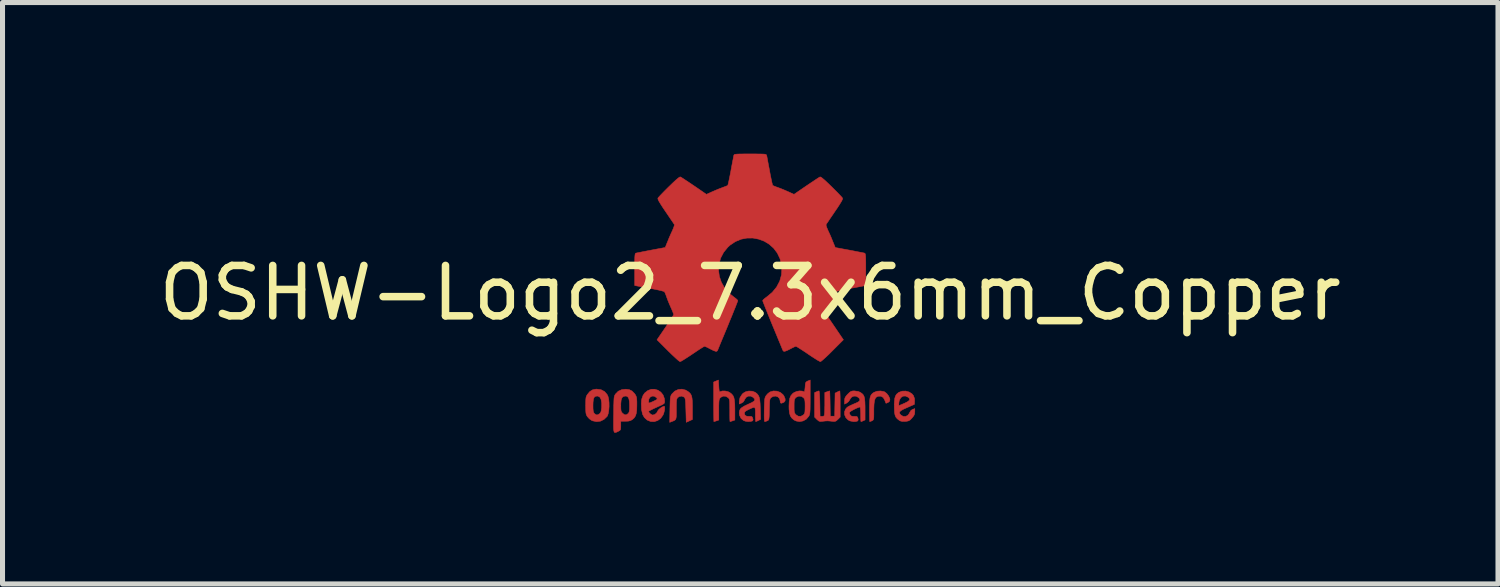
<source format=kicad_pcb>
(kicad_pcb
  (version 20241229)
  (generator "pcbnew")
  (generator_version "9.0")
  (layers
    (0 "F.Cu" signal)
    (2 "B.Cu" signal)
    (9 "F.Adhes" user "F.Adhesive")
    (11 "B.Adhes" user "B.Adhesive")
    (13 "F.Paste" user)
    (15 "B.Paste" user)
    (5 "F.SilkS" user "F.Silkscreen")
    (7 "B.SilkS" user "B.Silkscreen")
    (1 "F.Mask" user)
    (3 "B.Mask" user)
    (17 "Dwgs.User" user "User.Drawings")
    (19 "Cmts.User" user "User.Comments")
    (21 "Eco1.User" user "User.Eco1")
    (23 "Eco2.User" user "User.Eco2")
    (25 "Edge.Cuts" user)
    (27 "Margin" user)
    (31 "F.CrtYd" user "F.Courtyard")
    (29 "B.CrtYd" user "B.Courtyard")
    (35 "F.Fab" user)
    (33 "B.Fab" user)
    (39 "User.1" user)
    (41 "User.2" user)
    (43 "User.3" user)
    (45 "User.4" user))
  (footprint "OSHW-Logo2_7.3x6mm_Copper"
    (layer "F.Cu")
    (at 11.839 2.763)
    (property "Reference" "OSHW-Logo2_7.3x6mm_Copper" (at 0 0 0) (layer "F.SilkS") (effects (font (size 1 1) (thickness 0.15))))
    (attr exclude_from_pos_files exclude_from_bom)
    (fp_poly (pts (xy 2.653 1.959) (xy 2.67 1.966) (xy 2.711 1.999) (xy 2.747 2.047) (xy 2.769 2.097) (xy 2.772 2.122) (xy 2.76 2.157) (xy 2.734 2.175) (xy 2.706 2.187) (xy 2.693 2.189) (xy 2.687 2.174) (xy 2.674 2.141) (xy 2.669 2.127) (xy 2.639 2.076) (xy 2.595 2.05) (xy 2.538 2.051) (xy 2.534 2.052) (xy 2.504 2.067) (xy 2.481 2.094) (xy 2.466 2.139) (xy 2.457 2.205) (xy 2.453 2.294) (xy 2.453 2.341) (xy 2.453 2.416) (xy 2.452 2.467) (xy 2.448 2.499) (xy 2.442 2.518) (xy 2.432 2.529) (xy 2.417 2.537) (xy 2.416 2.538) (xy 2.387 2.55) (xy 2.372 2.555) (xy 2.37 2.541) (xy 2.368 2.503) (xy 2.367 2.446) (xy 2.366 2.374) (xy 2.366 2.322) (xy 2.367 2.22) (xy 2.37 2.143) (xy 2.377 2.086) (xy 2.389 2.045) (xy 2.407 2.014) (xy 2.432 1.99) (xy 2.457 1.973) (xy 2.517 1.951) (xy 2.587 1.946) (xy 2.653 1.959)) (stroke (width 0.01) (type solid)) (fill yes) (layer "F.Cu"))
    (fp_poly (pts (xy -1.284 1.928) (xy -1.237 1.955) (xy -1.205 1.981) (xy -1.181 2.009) (xy -1.165 2.044) (xy -1.155 2.089) (xy -1.149 2.151) (xy -1.147 2.234) (xy -1.147 2.293) (xy -1.147 2.512) (xy -1.208 2.54) (xy -1.27 2.568) (xy -1.277 2.328) (xy -1.28 2.238) (xy -1.283 2.173) (xy -1.287 2.128) (xy -1.293 2.099) (xy -1.3 2.081) (xy -1.31 2.07) (xy -1.313 2.067) (xy -1.36 2.048) (xy -1.408 2.056) (xy -1.437 2.076) (xy -1.449 2.09) (xy -1.457 2.108) (xy -1.462 2.136) (xy -1.465 2.179) (xy -1.466 2.242) (xy -1.466 2.307) (xy -1.466 2.389) (xy -1.467 2.447) (xy -1.472 2.486) (xy -1.482 2.512) (xy -1.499 2.528) (xy -1.525 2.541) (xy -1.56 2.554) (xy -1.598 2.569) (xy -1.594 2.311) (xy -1.592 2.219) (xy -1.59 2.15) (xy -1.587 2.101) (xy -1.582 2.066) (xy -1.575 2.042) (xy -1.566 2.022) (xy -1.554 2.005) (xy -1.499 1.95) (xy -1.431 1.918) (xy -1.357 1.91) (xy -1.284 1.928)) (stroke (width 0.01) (type solid)) (fill yes) (layer "F.Cu"))
    (fp_poly (pts (xy 0.53 1.95) (xy 0.596 1.974) (xy 0.649 2.017) (xy 0.67 2.047) (xy 0.693 2.103) (xy 0.692 2.143) (xy 0.669 2.17) (xy 0.66 2.175) (xy 0.622 2.189) (xy 0.602 2.185) (xy 0.595 2.161) (xy 0.595 2.148) (xy 0.583 2.099) (xy 0.551 2.065) (xy 0.508 2.048) (xy 0.459 2.053) (xy 0.419 2.074) (xy 0.405 2.087) (xy 0.396 2.101) (xy 0.389 2.124) (xy 0.385 2.159) (xy 0.383 2.212) (xy 0.381 2.288) (xy 0.38 2.312) (xy 0.378 2.394) (xy 0.376 2.451) (xy 0.372 2.49) (xy 0.367 2.513) (xy 0.359 2.526) (xy 0.347 2.535) (xy 0.339 2.538) (xy 0.307 2.55) (xy 0.288 2.555) (xy 0.282 2.541) (xy 0.278 2.5) (xy 0.277 2.431) (xy 0.278 2.334) (xy 0.278 2.319) (xy 0.28 2.23) (xy 0.283 2.165) (xy 0.286 2.119) (xy 0.292 2.087) (xy 0.3 2.064) (xy 0.311 2.044) (xy 0.317 2.035) (xy 0.35 1.998) (xy 0.388 1.969) (xy 0.392 1.966) (xy 0.459 1.946) (xy 0.53 1.95)) (stroke (width 0.01) (type solid)) (fill yes) (layer "F.Cu"))
    (fp_poly (pts (xy -0.624 1.851) (xy -0.62 1.911) (xy -0.615 1.946) (xy -0.608 1.961) (xy -0.598 1.961) (xy -0.595 1.959) (xy -0.552 1.946) (xy -0.497 1.947) (xy -0.44 1.96) (xy -0.405 1.978) (xy -0.369 2.006) (xy -0.342 2.038) (xy -0.324 2.078) (xy -0.313 2.132) (xy -0.307 2.204) (xy -0.305 2.299) (xy -0.305 2.317) (xy -0.305 2.523) (xy -0.351 2.539) (xy -0.383 2.549) (xy -0.401 2.554) (xy -0.401 2.555) (xy -0.403 2.541) (xy -0.405 2.503) (xy -0.406 2.446) (xy -0.406 2.375) (xy -0.406 2.332) (xy -0.407 2.247) (xy -0.408 2.186) (xy -0.41 2.144) (xy -0.415 2.117) (xy -0.422 2.098) (xy -0.433 2.085) (xy -0.44 2.078) (xy -0.487 2.051) (xy -0.538 2.049) (xy -0.584 2.072) (xy -0.593 2.08) (xy -0.605 2.095) (xy -0.614 2.114) (xy -0.619 2.14) (xy -0.622 2.18) (xy -0.624 2.238) (xy -0.624 2.318) (xy -0.624 2.523) (xy -0.67 2.539) (xy -0.702 2.549) (xy -0.72 2.554) (xy -0.721 2.555) (xy -0.722 2.541) (xy -0.723 2.501) (xy -0.724 2.441) (xy -0.725 2.362) (xy -0.726 2.269) (xy -0.726 2.167) (xy -0.726 1.769) (xy -0.679 1.749) (xy -0.631 1.73) (xy -0.624 1.851)) (stroke (width 0.01) (type solid)) (fill yes) (layer "F.Cu"))
    (fp_poly (pts (xy 1.78 1.959) (xy 1.782 1.997) (xy 1.784 2.055) (xy 1.785 2.128) (xy 1.785 2.205) (xy 1.785 2.465) (xy 1.739 2.511) (xy 1.708 2.539) (xy 1.68 2.551) (xy 1.642 2.55) (xy 1.627 2.548) (xy 1.58 2.543) (xy 1.541 2.54) (xy 1.531 2.54) (xy 1.499 2.541) (xy 1.453 2.546) (xy 1.436 2.548) (xy 1.392 2.552) (xy 1.363 2.544) (xy 1.334 2.521) (xy 1.323 2.511) (xy 1.277 2.465) (xy 1.277 1.979) (xy 1.314 1.962) (xy 1.346 1.949) (xy 1.365 1.945) (xy 1.369 1.959) (xy 1.374 1.997) (xy 1.378 2.056) (xy 1.381 2.132) (xy 1.382 2.195) (xy 1.386 2.446) (xy 1.421 2.451) (xy 1.452 2.447) (xy 1.468 2.436) (xy 1.472 2.415) (xy 1.476 2.371) (xy 1.478 2.309) (xy 1.48 2.235) (xy 1.48 2.197) (xy 1.48 1.977) (xy 1.526 1.961) (xy 1.559 1.95) (xy 1.576 1.945) (xy 1.577 1.945) (xy 1.578 1.959) (xy 1.58 1.997) (xy 1.582 2.054) (xy 1.584 2.127) (xy 1.585 2.195) (xy 1.589 2.446) (xy 1.676 2.446) (xy 1.68 2.217) (xy 1.684 1.989) (xy 1.727 1.967) (xy 1.758 1.952) (xy 1.777 1.945) (xy 1.777 1.945) (xy 1.78 1.959)) (stroke (width 0.01) (type solid)) (fill yes) (layer "F.Cu"))
    (fp_poly (pts (xy -2.959 1.922) (xy -2.891 1.958) (xy -2.841 2.015) (xy -2.823 2.052) (xy -2.809 2.108) (xy -2.802 2.178) (xy -2.801 2.255) (xy -2.807 2.33) (xy -2.818 2.394) (xy -2.834 2.441) (xy -2.839 2.449) (xy -2.9 2.509) (xy -2.971 2.545) (xy -3.049 2.555) (xy -3.127 2.539) (xy -3.149 2.529) (xy -3.192 2.499) (xy -3.229 2.459) (xy -3.233 2.454) (xy -3.247 2.43) (xy -3.257 2.404) (xy -3.262 2.37) (xy -3.265 2.321) (xy -3.266 2.251) (xy -3.266 2.235) (xy -3.266 2.23) (xy -3.121 2.23) (xy -3.12 2.296) (xy -3.116 2.34) (xy -3.109 2.369) (xy -3.098 2.388) (xy -3.092 2.395) (xy -3.057 2.42) (xy -3.023 2.419) (xy -2.989 2.397) (xy -2.969 2.374) (xy -2.957 2.34) (xy -2.95 2.288) (xy -2.949 2.281) (xy -2.948 2.186) (xy -2.96 2.114) (xy -2.985 2.068) (xy -3.023 2.048) (xy -3.037 2.047) (xy -3.073 2.052) (xy -3.097 2.072) (xy -3.112 2.109) (xy -3.119 2.168) (xy -3.121 2.23) (xy -3.266 2.23) (xy -3.265 2.16) (xy -3.263 2.108) (xy -3.258 2.072) (xy -3.249 2.045) (xy -3.236 2.022) (xy -3.233 2.017) (xy -3.184 1.958) (xy -3.13 1.924) (xy -3.064 1.91) (xy -3.042 1.91) (xy -2.959 1.922)) (stroke (width 0.01) (type solid)) (fill yes) (layer "F.Cu"))
    (fp_poly (pts (xy 3.154 1.967) (xy 3.211 2.004) (xy 3.239 2.038) (xy 3.261 2.099) (xy 3.262 2.147) (xy 3.258 2.212) (xy 3.11 2.277) (xy 3.037 2.31) (xy 2.99 2.337) (xy 2.966 2.36) (xy 2.961 2.383) (xy 2.975 2.407) (xy 2.99 2.424) (xy 3.034 2.45) (xy 3.081 2.452) (xy 3.125 2.432) (xy 3.157 2.391) (xy 3.163 2.376) (xy 3.191 2.331) (xy 3.222 2.312) (xy 3.266 2.296) (xy 3.266 2.358) (xy 3.262 2.4) (xy 3.247 2.436) (xy 3.215 2.477) (xy 3.211 2.482) (xy 3.176 2.519) (xy 3.145 2.538) (xy 3.108 2.547) (xy 3.076 2.55) (xy 3.02 2.551) (xy 2.981 2.542) (xy 2.956 2.528) (xy 2.917 2.497) (xy 2.89 2.465) (xy 2.873 2.423) (xy 2.863 2.368) (xy 2.86 2.291) (xy 2.859 2.253) (xy 2.86 2.206) (xy 2.948 2.206) (xy 2.949 2.231) (xy 2.952 2.235) (xy 2.968 2.23) (xy 3.004 2.215) (xy 3.052 2.194) (xy 3.062 2.19) (xy 3.123 2.159) (xy 3.157 2.132) (xy 3.164 2.106) (xy 3.146 2.08) (xy 3.132 2.069) (xy 3.079 2.046) (xy 3.03 2.05) (xy 2.989 2.078) (xy 2.961 2.127) (xy 2.952 2.166) (xy 2.948 2.206) (xy 2.86 2.206) (xy 2.861 2.162) (xy 2.868 2.095) (xy 2.882 2.047) (xy 2.904 2.011) (xy 2.937 1.983) (xy 2.951 1.973) (xy 3.015 1.95) (xy 3.085 1.948) (xy 3.154 1.967)) (stroke (width 0.01) (type solid)) (fill yes) (layer "F.Cu"))
    (fp_poly (pts (xy 1.19 2.065) (xy 1.19 2.174) (xy 1.189 2.257) (xy 1.188 2.32) (xy 1.185 2.365) (xy 1.181 2.397) (xy 1.175 2.421) (xy 1.167 2.439) (xy 1.161 2.449) (xy 1.112 2.506) (xy 1.049 2.541) (xy 0.98 2.554) (xy 0.911 2.542) (xy 0.869 2.522) (xy 0.826 2.485) (xy 0.796 2.441) (xy 0.779 2.383) (xy 0.77 2.306) (xy 0.769 2.25) (xy 0.769 2.246) (xy 0.871 2.246) (xy 0.871 2.311) (xy 0.874 2.354) (xy 0.881 2.382) (xy 0.893 2.402) (xy 0.906 2.417) (xy 0.953 2.447) (xy 1.004 2.449) (xy 1.051 2.425) (xy 1.055 2.421) (xy 1.071 2.404) (xy 1.081 2.383) (xy 1.086 2.352) (xy 1.088 2.305) (xy 1.089 2.252) (xy 1.088 2.185) (xy 1.085 2.141) (xy 1.078 2.112) (xy 1.066 2.091) (xy 1.057 2.08) (xy 1.013 2.052) (xy 0.962 2.049) (xy 0.914 2.07) (xy 0.904 2.078) (xy 0.889 2.096) (xy 0.879 2.117) (xy 0.873 2.148) (xy 0.871 2.196) (xy 0.871 2.246) (xy 0.769 2.246) (xy 0.773 2.159) (xy 0.785 2.09) (xy 0.807 2.039) (xy 0.842 1.998) (xy 0.869 1.978) (xy 0.919 1.956) (xy 0.976 1.945) (xy 1.03 1.948) (xy 1.06 1.959) (xy 1.071 1.962) (xy 1.079 1.951) (xy 1.084 1.919) (xy 1.089 1.871) (xy 1.093 1.817) (xy 1.099 1.784) (xy 1.111 1.766) (xy 1.131 1.754) (xy 1.143 1.748) (xy 1.19 1.729) (xy 1.19 2.065)) (stroke (width 0.01) (type solid)) (fill yes) (layer "F.Cu"))
    (fp_poly (pts (xy -1.832 1.931) (xy -1.774 1.97) (xy -1.73 2.025) (xy -1.704 2.096) (xy -1.698 2.148) (xy -1.699 2.17) (xy -1.704 2.187) (xy -1.718 2.201) (xy -1.745 2.218) (xy -1.79 2.239) (xy -1.857 2.269) (xy -1.858 2.27) (xy -1.92 2.298) (xy -1.97 2.323) (xy -2.005 2.342) (xy -2.017 2.353) (xy -2.017 2.353) (xy -2.006 2.376) (xy -1.98 2.402) (xy -1.949 2.42) (xy -1.934 2.424) (xy -1.891 2.411) (xy -1.855 2.379) (xy -1.837 2.345) (xy -1.82 2.319) (xy -1.787 2.29) (xy -1.748 2.264) (xy -1.713 2.25) (xy -1.706 2.25) (xy -1.698 2.262) (xy -1.697 2.294) (xy -1.703 2.337) (xy -1.715 2.383) (xy -1.73 2.423) (xy -1.731 2.424) (xy -1.777 2.489) (xy -1.837 2.533) (xy -1.906 2.555) (xy -1.976 2.552) (xy -2.044 2.524) (xy -2.047 2.522) (xy -2.101 2.473) (xy -2.136 2.41) (xy -2.155 2.327) (xy -2.158 2.304) (xy -2.162 2.194) (xy -2.157 2.143) (xy -2.017 2.143) (xy -2.016 2.175) (xy -2.006 2.184) (xy -1.981 2.177) (xy -1.942 2.161) (xy -1.899 2.14) (xy -1.898 2.139) (xy -1.861 2.12) (xy -1.846 2.107) (xy -1.85 2.093) (xy -1.865 2.076) (xy -1.904 2.05) (xy -1.946 2.048) (xy -1.984 2.067) (xy -2.01 2.103) (xy -2.017 2.143) (xy -2.157 2.143) (xy -2.153 2.106) (xy -2.128 2.036) (xy -2.095 1.987) (xy -2.033 1.938) (xy -1.966 1.913) (xy -1.897 1.912) (xy -1.832 1.931)) (stroke (width 0.01) (type solid)) (fill yes) (layer "F.Cu"))
    (fp_poly (pts (xy 0.04 1.951) (xy 0.097 1.972) (xy 0.097 1.972) (xy 0.132 1.998) (xy 0.158 2.029) (xy 0.177 2.068) (xy 0.189 2.121) (xy 0.196 2.194) (xy 0.2 2.289) (xy 0.201 2.303) (xy 0.206 2.509) (xy 0.162 2.532) (xy 0.13 2.547) (xy 0.11 2.554) (xy 0.11 2.555) (xy 0.106 2.541) (xy 0.104 2.505) (xy 0.102 2.451) (xy 0.102 2.408) (xy 0.102 2.339) (xy 0.098 2.295) (xy 0.087 2.274) (xy 0.064 2.273) (xy 0.022 2.289) (xy -0.04 2.318) (xy -0.086 2.342) (xy -0.109 2.363) (xy -0.116 2.386) (xy -0.116 2.387) (xy -0.105 2.426) (xy -0.071 2.447) (xy -0.019 2.451) (xy 0.018 2.45) (xy 0.038 2.461) (xy 0.05 2.487) (xy 0.057 2.519) (xy 0.047 2.538) (xy 0.043 2.541) (xy 0.007 2.551) (xy -0.043 2.553) (xy -0.095 2.546) (xy -0.132 2.533) (xy -0.183 2.49) (xy -0.212 2.429) (xy -0.218 2.382) (xy -0.213 2.34) (xy -0.198 2.305) (xy -0.166 2.275) (xy -0.115 2.244) (xy -0.041 2.209) (xy -0.036 2.207) (xy 0.031 2.176) (xy 0.072 2.151) (xy 0.09 2.128) (xy 0.086 2.105) (xy 0.063 2.078) (xy 0.056 2.072) (xy 0.009 2.048) (xy -0.04 2.049) (xy -0.082 2.072) (xy -0.111 2.116) (xy -0.113 2.124) (xy -0.139 2.165) (xy -0.171 2.185) (xy -0.218 2.205) (xy -0.218 2.154) (xy -0.204 2.08) (xy -0.161 2.012) (xy -0.139 1.99) (xy -0.089 1.961) (xy -0.026 1.947) (xy 0.04 1.951)) (stroke (width 0.01) (type solid)) (fill yes) (layer "F.Cu"))
    (fp_poly (pts (xy -2.4 1.92) (xy -2.345 1.948) (xy -2.296 1.998) (xy -2.282 2.017) (xy -2.268 2.042) (xy -2.258 2.069) (xy -2.253 2.105) (xy -2.25 2.156) (xy -2.25 2.224) (xy -2.252 2.318) (xy -2.261 2.388) (xy -2.277 2.44) (xy -2.303 2.48) (xy -2.34 2.513) (xy -2.342 2.515) (xy -2.379 2.535) (xy -2.422 2.545) (xy -2.478 2.547) (xy -2.569 2.547) (xy -2.569 2.635) (xy -2.57 2.684) (xy -2.575 2.713) (xy -2.588 2.73) (xy -2.614 2.745) (xy -2.62 2.748) (xy -2.649 2.762) (xy -2.672 2.77) (xy -2.688 2.771) (xy -2.7 2.761) (xy -2.707 2.737) (xy -2.712 2.696) (xy -2.713 2.636) (xy -2.713 2.553) (xy -2.712 2.445) (xy -2.711 2.413) (xy -2.71 2.302) (xy -2.709 2.229) (xy -2.569 2.229) (xy -2.568 2.29) (xy -2.565 2.331) (xy -2.557 2.358) (xy -2.543 2.378) (xy -2.533 2.388) (xy -2.495 2.418) (xy -2.46 2.42) (xy -2.425 2.396) (xy -2.424 2.395) (xy -2.409 2.376) (xy -2.401 2.351) (xy -2.396 2.312) (xy -2.395 2.252) (xy -2.395 2.238) (xy -2.398 2.156) (xy -2.409 2.099) (xy -2.429 2.064) (xy -2.458 2.048) (xy -2.476 2.047) (xy -2.516 2.054) (xy -2.544 2.078) (xy -2.561 2.123) (xy -2.568 2.191) (xy -2.569 2.229) (xy -2.709 2.229) (xy -2.708 2.215) (xy -2.706 2.15) (xy -2.704 2.103) (xy -2.7 2.069) (xy -2.694 2.045) (xy -2.687 2.028) (xy -2.677 2.012) (xy -2.673 2.006) (xy -2.619 1.951) (xy -2.55 1.92) (xy -2.47 1.911) (xy -2.4 1.92)) (stroke (width 0.01) (type solid)) (fill yes) (layer "F.Cu"))
    (fp_poly (pts (xy 2.145 1.956) (xy 2.187 1.975) (xy 2.219 1.998) (xy 2.244 2.024) (xy 2.26 2.057) (xy 2.271 2.103) (xy 2.276 2.165) (xy 2.279 2.249) (xy 2.279 2.305) (xy 2.279 2.521) (xy 2.242 2.538) (xy 2.213 2.55) (xy 2.198 2.555) (xy 2.195 2.541) (xy 2.193 2.505) (xy 2.192 2.452) (xy 2.192 2.409) (xy 2.19 2.348) (xy 2.187 2.3) (xy 2.182 2.271) (xy 2.178 2.264) (xy 2.153 2.271) (xy 2.112 2.287) (xy 2.066 2.309) (xy 2.021 2.333) (xy 1.986 2.355) (xy 1.97 2.37) (xy 1.97 2.37) (xy 1.971 2.397) (xy 1.984 2.423) (xy 2.006 2.444) (xy 2.038 2.451) (xy 2.065 2.451) (xy 2.104 2.45) (xy 2.124 2.459) (xy 2.136 2.483) (xy 2.138 2.488) (xy 2.143 2.522) (xy 2.129 2.543) (xy 2.092 2.552) (xy 2.052 2.554) (xy 1.981 2.541) (xy 1.943 2.521) (xy 1.898 2.476) (xy 1.873 2.42) (xy 1.871 2.361) (xy 1.892 2.306) (xy 1.923 2.271) (xy 1.953 2.252) (xy 2.002 2.228) (xy 2.058 2.203) (xy 2.068 2.199) (xy 2.13 2.172) (xy 2.166 2.148) (xy 2.177 2.124) (xy 2.167 2.097) (xy 2.148 2.076) (xy 2.104 2.05) (xy 2.056 2.048) (xy 2.012 2.068) (xy 1.981 2.108) (xy 1.977 2.118) (xy 1.952 2.156) (xy 1.917 2.184) (xy 1.872 2.207) (xy 1.872 2.141) (xy 1.875 2.102) (xy 1.886 2.07) (xy 1.911 2.036) (xy 1.935 2.01) (xy 1.972 1.974) (xy 2.001 1.954) (xy 2.033 1.946) (xy 2.068 1.945) (xy 2.145 1.956)) (stroke (width 0.01) (type solid)) (fill yes) (layer "F.Cu"))
    (fp_poly (pts (xy 0.104 -2.758) (xy 0.182 -2.757) (xy 0.239 -2.756) (xy 0.278 -2.754) (xy 0.303 -2.75) (xy 0.316 -2.744) (xy 0.323 -2.737) (xy 0.326 -2.726) (xy 0.327 -2.725) (xy 0.332 -2.701) (xy 0.341 -2.653) (xy 0.353 -2.587) (xy 0.368 -2.508) (xy 0.385 -2.42) (xy 0.385 -2.417) (xy 0.401 -2.331) (xy 0.417 -2.255) (xy 0.43 -2.194) (xy 0.44 -2.152) (xy 0.446 -2.133) (xy 0.447 -2.133) (xy 0.465 -2.124) (xy 0.502 -2.109) (xy 0.551 -2.091) (xy 0.552 -2.091) (xy 0.613 -2.068) (xy 0.686 -2.038) (xy 0.754 -2.008) (xy 0.757 -2.007) (xy 0.869 -1.956) (xy 1.115 -2.125) (xy 1.191 -2.176) (xy 1.26 -2.222) (xy 1.317 -2.26) (xy 1.359 -2.287) (xy 1.383 -2.301) (xy 1.385 -2.302) (xy 1.402 -2.298) (xy 1.434 -2.275) (xy 1.481 -2.235) (xy 1.546 -2.174) (xy 1.612 -2.11) (xy 1.676 -2.046) (xy 1.733 -1.989) (xy 1.78 -1.94) (xy 1.814 -1.904) (xy 1.83 -1.884) (xy 1.831 -1.883) (xy 1.833 -1.869) (xy 1.826 -1.847) (xy 1.809 -1.814) (xy 1.779 -1.765) (xy 1.737 -1.699) (xy 1.679 -1.614) (xy 1.629 -1.54) (xy 1.583 -1.473) (xy 1.546 -1.417) (xy 1.519 -1.378) (xy 1.506 -1.357) (xy 1.505 -1.356) (xy 1.507 -1.336) (xy 1.519 -1.298) (xy 1.54 -1.248) (xy 1.547 -1.232) (xy 1.58 -1.162) (xy 1.614 -1.082) (xy 1.642 -1.012) (xy 1.663 -0.961) (xy 1.679 -0.922) (xy 1.688 -0.901) (xy 1.689 -0.9) (xy 1.706 -0.897) (xy 1.746 -0.89) (xy 1.804 -0.879) (xy 1.875 -0.866) (xy 1.952 -0.852) (xy 2.032 -0.837) (xy 2.107 -0.822) (xy 2.174 -0.809) (xy 2.227 -0.799) (xy 2.26 -0.792) (xy 2.268 -0.79) (xy 2.276 -0.785) (xy 2.283 -0.774) (xy 2.287 -0.754) (xy 2.29 -0.72) (xy 2.292 -0.67) (xy 2.293 -0.599) (xy 2.293 -0.504) (xy 2.293 -0.465) (xy 2.293 -0.147) (xy 2.217 -0.132) (xy 2.175 -0.124) (xy 2.111 -0.112) (xy 2.035 -0.098) (xy 1.953 -0.083) (xy 1.93 -0.079) (xy 1.855 -0.064) (xy 1.789 -0.049) (xy 1.738 -0.037) (xy 1.709 -0.027) (xy 1.704 -0.024) (xy 1.691 -0.003) (xy 1.674 0.038) (xy 1.655 0.09) (xy 1.651 0.102) (xy 1.625 0.172) (xy 1.594 0.25) (xy 1.563 0.321) (xy 1.563 0.322) (xy 1.511 0.433) (xy 1.68 0.681) (xy 1.849 0.93) (xy 1.632 1.147) (xy 1.567 1.212) (xy 1.507 1.269) (xy 1.456 1.315) (xy 1.418 1.348) (xy 1.396 1.363) (xy 1.392 1.364) (xy 1.374 1.356) (xy 1.335 1.335) (xy 1.281 1.301) (xy 1.216 1.259) (xy 1.146 1.212) (xy 1.075 1.164) (xy 1.011 1.122) (xy 0.959 1.089) (xy 0.923 1.067) (xy 0.907 1.06) (xy 0.887 1.066) (xy 0.85 1.083) (xy 0.803 1.107) (xy 0.798 1.11) (xy 0.734 1.142) (xy 0.69 1.158) (xy 0.663 1.158) (xy 0.649 1.143) (xy 0.649 1.143) (xy 0.642 1.126) (xy 0.625 1.085) (xy 0.6 1.024) (xy 0.567 0.945) (xy 0.529 0.852) (xy 0.486 0.748) (xy 0.444 0.648) (xy 0.399 0.537) (xy 0.357 0.434) (xy 0.32 0.342) (xy 0.289 0.265) (xy 0.266 0.206) (xy 0.251 0.167) (xy 0.247 0.153) (xy 0.258 0.136) (xy 0.287 0.11) (xy 0.326 0.081) (xy 0.437 -0.011) (xy 0.523 -0.116) (xy 0.585 -0.233) (xy 0.62 -0.358) (xy 0.628 -0.49) (xy 0.622 -0.552) (xy 0.591 -0.678) (xy 0.538 -0.79) (xy 0.466 -0.886) (xy 0.378 -0.965) (xy 0.278 -1.026) (xy 0.168 -1.067) (xy 0.053 -1.089) (xy -0.065 -1.088) (xy -0.181 -1.066) (xy -0.294 -1.019) (xy -0.4 -0.948) (xy -0.444 -0.908) (xy -0.528 -0.805) (xy -0.587 -0.692) (xy -0.62 -0.573) (xy -0.629 -0.451) (xy -0.613 -0.329) (xy -0.573 -0.211) (xy -0.51 -0.1) (xy -0.423 0.002) (xy -0.326 0.081) (xy -0.286 0.111) (xy -0.257 0.137) (xy -0.247 0.153) (xy -0.252 0.17) (xy -0.267 0.21) (xy -0.291 0.272) (xy -0.323 0.35) (xy -0.36 0.443) (xy -0.403 0.546) (xy -0.444 0.648) (xy -0.49 0.759) (xy -0.533 0.862) (xy -0.571 0.953) (xy -0.603 1.03) (xy -0.627 1.09) (xy -0.643 1.129) (xy -0.649 1.143) (xy -0.663 1.158) (xy -0.69 1.158) (xy -0.734 1.142) (xy -0.797 1.11) (xy -0.798 1.11) (xy -0.845 1.085) (xy -0.884 1.067) (xy -0.906 1.06) (xy -0.907 1.06) (xy -0.923 1.067) (xy -0.96 1.089) (xy -1.012 1.122) (xy -1.075 1.164) (xy -1.146 1.212) (xy -1.218 1.26) (xy -1.283 1.302) (xy -1.336 1.335) (xy -1.374 1.357) (xy -1.392 1.364) (xy -1.409 1.354) (xy -1.443 1.327) (xy -1.49 1.284) (xy -1.547 1.231) (xy -1.612 1.168) (xy -1.633 1.147) (xy -1.85 0.93) (xy -1.684 0.687) (xy -1.634 0.613) (xy -1.59 0.546) (xy -1.555 0.491) (xy -1.53 0.451) (xy -1.519 0.43) (xy -1.519 0.429) (xy -1.525 0.409) (xy -1.54 0.37) (xy -1.562 0.317) (xy -1.578 0.282) (xy -1.607 0.215) (xy -1.635 0.147) (xy -1.656 0.09) (xy -1.662 0.073) (xy -1.679 0.026) (xy -1.695 -0.01) (xy -1.704 -0.024) (xy -1.723 -0.032) (xy -1.766 -0.044) (xy -1.826 -0.058) (xy -1.898 -0.073) (xy -1.93 -0.079) (xy -2.012 -0.094) (xy -2.091 -0.108) (xy -2.159 -0.121) (xy -2.208 -0.13) (xy -2.217 -0.132) (xy -2.293 -0.147) (xy -2.293 -0.465) (xy -2.293 -0.569) (xy -2.292 -0.648) (xy -2.291 -0.705) (xy -2.288 -0.744) (xy -2.284 -0.769) (xy -2.279 -0.782) (xy -2.271 -0.789) (xy -2.268 -0.79) (xy -2.249 -0.794) (xy -2.207 -0.802) (xy -2.148 -0.814) (xy -2.077 -0.828) (xy -1.999 -0.843) (xy -1.92 -0.858) (xy -1.845 -0.872) (xy -1.779 -0.884) (xy -1.727 -0.894) (xy -1.696 -0.899) (xy -1.689 -0.9) (xy -1.683 -0.912) (xy -1.669 -0.946) (xy -1.65 -0.994) (xy -1.642 -1.012) (xy -1.613 -1.085) (xy -1.578 -1.165) (xy -1.547 -1.232) (xy -1.525 -1.284) (xy -1.51 -1.326) (xy -1.504 -1.352) (xy -1.505 -1.356) (xy -1.516 -1.372) (xy -1.54 -1.409) (xy -1.576 -1.461) (xy -1.62 -1.526) (xy -1.67 -1.6) (xy -1.68 -1.614) (xy -1.738 -1.7) (xy -1.78 -1.766) (xy -1.809 -1.814) (xy -1.826 -1.847) (xy -1.833 -1.869) (xy -1.831 -1.883) (xy -1.831 -1.883) (xy -1.816 -1.901) (xy -1.785 -1.935) (xy -1.739 -1.983) (xy -1.683 -2.04) (xy -1.62 -2.103) (xy -1.612 -2.11) (xy -1.533 -2.187) (xy -1.471 -2.244) (xy -1.427 -2.281) (xy -1.398 -2.3) (xy -1.385 -2.302) (xy -1.367 -2.292) (xy -1.328 -2.267) (xy -1.274 -2.231) (xy -1.207 -2.187) (xy -1.133 -2.137) (xy -1.115 -2.125) (xy -0.869 -1.956) (xy -0.757 -2.007) (xy -0.69 -2.036) (xy -0.617 -2.066) (xy -0.554 -2.09) (xy -0.552 -2.091) (xy -0.503 -2.109) (xy -0.465 -2.124) (xy -0.447 -2.133) (xy -0.447 -2.133) (xy -0.441 -2.149) (xy -0.431 -2.19) (xy -0.418 -2.25) (xy -0.403 -2.325) (xy -0.386 -2.41) (xy -0.385 -2.417) (xy -0.369 -2.505) (xy -0.354 -2.585) (xy -0.341 -2.651) (xy -0.332 -2.7) (xy -0.327 -2.725) (xy -0.327 -2.725) (xy -0.323 -2.736) (xy -0.317 -2.744) (xy -0.305 -2.75) (xy -0.281 -2.753) (xy -0.244 -2.756) (xy -0.19 -2.757) (xy -0.114 -2.758) (xy -0.013 -2.758) (xy 0 -2.758) (xy 0.104 -2.758)) (stroke (width 0.01) (type solid)) (fill yes) (layer "F.Cu"))
    (fp_poly (pts (xy 2.653 1.959) (xy 2.67 1.966) (xy 2.711 1.999) (xy 2.747 2.047) (xy 2.769 2.097) (xy 2.772 2.122) (xy 2.76 2.157) (xy 2.734 2.175) (xy 2.706 2.187) (xy 2.693 2.189) (xy 2.687 2.174) (xy 2.674 2.141) (xy 2.669 2.127) (xy 2.639 2.076) (xy 2.595 2.05) (xy 2.538 2.051) (xy 2.534 2.052) (xy 2.504 2.067) (xy 2.481 2.094) (xy 2.466 2.139) (xy 2.457 2.205) (xy 2.453 2.294) (xy 2.453 2.341) (xy 2.453 2.416) (xy 2.452 2.467) (xy 2.448 2.499) (xy 2.442 2.518) (xy 2.432 2.529) (xy 2.417 2.537) (xy 2.416 2.538) (xy 2.387 2.55) (xy 2.372 2.555) (xy 2.37 2.541) (xy 2.368 2.503) (xy 2.367 2.446) (xy 2.366 2.374) (xy 2.366 2.322) (xy 2.367 2.22) (xy 2.37 2.143) (xy 2.377 2.086) (xy 2.389 2.045) (xy 2.407 2.014) (xy 2.432 1.99) (xy 2.457 1.973) (xy 2.517 1.951) (xy 2.587 1.946) (xy 2.653 1.959)) (stroke (width 0.01) (type solid)) (fill yes) (layer "F.Mask"))
    (fp_poly (pts (xy -1.284 1.928) (xy -1.237 1.955) (xy -1.205 1.981) (xy -1.181 2.009) (xy -1.165 2.044) (xy -1.155 2.089) (xy -1.149 2.151) (xy -1.147 2.234) (xy -1.147 2.293) (xy -1.147 2.512) (xy -1.208 2.54) (xy -1.27 2.568) (xy -1.277 2.328) (xy -1.28 2.238) (xy -1.283 2.173) (xy -1.287 2.128) (xy -1.293 2.099) (xy -1.3 2.081) (xy -1.31 2.07) (xy -1.313 2.067) (xy -1.36 2.048) (xy -1.408 2.056) (xy -1.437 2.076) (xy -1.449 2.09) (xy -1.457 2.108) (xy -1.462 2.136) (xy -1.465 2.179) (xy -1.466 2.242) (xy -1.466 2.307) (xy -1.466 2.389) (xy -1.467 2.447) (xy -1.472 2.486) (xy -1.482 2.512) (xy -1.499 2.528) (xy -1.525 2.541) (xy -1.56 2.554) (xy -1.598 2.569) (xy -1.594 2.311) (xy -1.592 2.219) (xy -1.59 2.15) (xy -1.587 2.101) (xy -1.582 2.066) (xy -1.575 2.042) (xy -1.566 2.022) (xy -1.554 2.005) (xy -1.499 1.95) (xy -1.431 1.918) (xy -1.357 1.91) (xy -1.284 1.928)) (stroke (width 0.01) (type solid)) (fill yes) (layer "F.Mask"))
    (fp_poly (pts (xy 0.53 1.95) (xy 0.596 1.974) (xy 0.649 2.017) (xy 0.67 2.047) (xy 0.693 2.103) (xy 0.692 2.143) (xy 0.669 2.17) (xy 0.66 2.175) (xy 0.622 2.189) (xy 0.602 2.185) (xy 0.595 2.161) (xy 0.595 2.148) (xy 0.583 2.099) (xy 0.551 2.065) (xy 0.508 2.048) (xy 0.459 2.053) (xy 0.419 2.074) (xy 0.405 2.087) (xy 0.396 2.101) (xy 0.389 2.124) (xy 0.385 2.159) (xy 0.383 2.212) (xy 0.381 2.288) (xy 0.38 2.312) (xy 0.378 2.394) (xy 0.376 2.451) (xy 0.372 2.49) (xy 0.367 2.513) (xy 0.359 2.526) (xy 0.347 2.535) (xy 0.339 2.538) (xy 0.307 2.55) (xy 0.288 2.555) (xy 0.282 2.541) (xy 0.278 2.5) (xy 0.277 2.431) (xy 0.278 2.334) (xy 0.278 2.319) (xy 0.28 2.23) (xy 0.283 2.165) (xy 0.286 2.119) (xy 0.292 2.087) (xy 0.3 2.064) (xy 0.311 2.044) (xy 0.317 2.035) (xy 0.35 1.998) (xy 0.388 1.969) (xy 0.392 1.966) (xy 0.459 1.946) (xy 0.53 1.95)) (stroke (width 0.01) (type solid)) (fill yes) (layer "F.Mask"))
    (fp_poly (pts (xy -0.624 1.851) (xy -0.62 1.911) (xy -0.615 1.946) (xy -0.608 1.961) (xy -0.598 1.961) (xy -0.595 1.959) (xy -0.552 1.946) (xy -0.497 1.947) (xy -0.44 1.96) (xy -0.405 1.978) (xy -0.369 2.006) (xy -0.342 2.038) (xy -0.324 2.078) (xy -0.313 2.132) (xy -0.307 2.204) (xy -0.305 2.299) (xy -0.305 2.317) (xy -0.305 2.523) (xy -0.351 2.539) (xy -0.383 2.549) (xy -0.401 2.554) (xy -0.401 2.555) (xy -0.403 2.541) (xy -0.405 2.503) (xy -0.406 2.446) (xy -0.406 2.375) (xy -0.406 2.332) (xy -0.407 2.247) (xy -0.408 2.186) (xy -0.41 2.144) (xy -0.415 2.117) (xy -0.422 2.098) (xy -0.433 2.085) (xy -0.44 2.078) (xy -0.487 2.051) (xy -0.538 2.049) (xy -0.584 2.072) (xy -0.593 2.08) (xy -0.605 2.095) (xy -0.614 2.114) (xy -0.619 2.14) (xy -0.622 2.18) (xy -0.624 2.238) (xy -0.624 2.318) (xy -0.624 2.523) (xy -0.67 2.539) (xy -0.702 2.549) (xy -0.72 2.554) (xy -0.721 2.555) (xy -0.722 2.541) (xy -0.723 2.501) (xy -0.724 2.441) (xy -0.725 2.362) (xy -0.726 2.269) (xy -0.726 2.167) (xy -0.726 1.769) (xy -0.679 1.749) (xy -0.631 1.73) (xy -0.624 1.851)) (stroke (width 0.01) (type solid)) (fill yes) (layer "F.Mask"))
    (fp_poly (pts (xy 1.78 1.959) (xy 1.782 1.997) (xy 1.784 2.055) (xy 1.785 2.128) (xy 1.785 2.205) (xy 1.785 2.465) (xy 1.739 2.511) (xy 1.708 2.539) (xy 1.68 2.551) (xy 1.642 2.55) (xy 1.627 2.548) (xy 1.58 2.543) (xy 1.541 2.54) (xy 1.531 2.54) (xy 1.499 2.541) (xy 1.453 2.546) (xy 1.436 2.548) (xy 1.392 2.552) (xy 1.363 2.544) (xy 1.334 2.521) (xy 1.323 2.511) (xy 1.277 2.465) (xy 1.277 1.979) (xy 1.314 1.962) (xy 1.346 1.949) (xy 1.365 1.945) (xy 1.369 1.959) (xy 1.374 1.997) (xy 1.378 2.056) (xy 1.381 2.132) (xy 1.382 2.195) (xy 1.386 2.446) (xy 1.421 2.451) (xy 1.452 2.447) (xy 1.468 2.436) (xy 1.472 2.415) (xy 1.476 2.371) (xy 1.478 2.309) (xy 1.48 2.235) (xy 1.48 2.197) (xy 1.48 1.977) (xy 1.526 1.961) (xy 1.559 1.95) (xy 1.576 1.945) (xy 1.577 1.945) (xy 1.578 1.959) (xy 1.58 1.997) (xy 1.582 2.054) (xy 1.584 2.127) (xy 1.585 2.195) (xy 1.589 2.446) (xy 1.676 2.446) (xy 1.68 2.217) (xy 1.684 1.989) (xy 1.727 1.967) (xy 1.758 1.952) (xy 1.777 1.945) (xy 1.777 1.945) (xy 1.78 1.959)) (stroke (width 0.01) (type solid)) (fill yes) (layer "F.Mask"))
    (fp_poly (pts (xy -2.959 1.922) (xy -2.891 1.958) (xy -2.841 2.015) (xy -2.823 2.052) (xy -2.809 2.108) (xy -2.802 2.178) (xy -2.801 2.255) (xy -2.807 2.33) (xy -2.818 2.394) (xy -2.834 2.441) (xy -2.839 2.449) (xy -2.9 2.509) (xy -2.971 2.545) (xy -3.049 2.555) (xy -3.127 2.539) (xy -3.149 2.529) (xy -3.192 2.499) (xy -3.229 2.459) (xy -3.233 2.454) (xy -3.247 2.43) (xy -3.257 2.404) (xy -3.262 2.37) (xy -3.265 2.321) (xy -3.266 2.251) (xy -3.266 2.235) (xy -3.266 2.23) (xy -3.121 2.23) (xy -3.12 2.296) (xy -3.116 2.34) (xy -3.109 2.369) (xy -3.098 2.388) (xy -3.092 2.395) (xy -3.057 2.42) (xy -3.023 2.419) (xy -2.989 2.397) (xy -2.969 2.374) (xy -2.957 2.34) (xy -2.95 2.288) (xy -2.949 2.281) (xy -2.948 2.186) (xy -2.96 2.114) (xy -2.985 2.068) (xy -3.023 2.048) (xy -3.037 2.047) (xy -3.073 2.052) (xy -3.097 2.072) (xy -3.112 2.109) (xy -3.119 2.168) (xy -3.121 2.23) (xy -3.266 2.23) (xy -3.265 2.16) (xy -3.263 2.108) (xy -3.258 2.072) (xy -3.249 2.045) (xy -3.236 2.022) (xy -3.233 2.017) (xy -3.184 1.958) (xy -3.13 1.924) (xy -3.064 1.91) (xy -3.042 1.91) (xy -2.959 1.922)) (stroke (width 0.01) (type solid)) (fill yes) (layer "F.Mask"))
    (fp_poly (pts (xy 3.154 1.967) (xy 3.211 2.004) (xy 3.239 2.038) (xy 3.261 2.099) (xy 3.262 2.147) (xy 3.258 2.212) (xy 3.11 2.277) (xy 3.037 2.31) (xy 2.99 2.337) (xy 2.966 2.36) (xy 2.961 2.383) (xy 2.975 2.407) (xy 2.99 2.424) (xy 3.034 2.45) (xy 3.081 2.452) (xy 3.125 2.432) (xy 3.157 2.391) (xy 3.163 2.376) (xy 3.191 2.331) (xy 3.222 2.312) (xy 3.266 2.296) (xy 3.266 2.358) (xy 3.262 2.4) (xy 3.247 2.436) (xy 3.215 2.477) (xy 3.211 2.482) (xy 3.176 2.519) (xy 3.145 2.538) (xy 3.108 2.547) (xy 3.076 2.55) (xy 3.02 2.551) (xy 2.981 2.542) (xy 2.956 2.528) (xy 2.917 2.497) (xy 2.89 2.465) (xy 2.873 2.423) (xy 2.863 2.368) (xy 2.86 2.291) (xy 2.859 2.253) (xy 2.86 2.206) (xy 2.948 2.206) (xy 2.949 2.231) (xy 2.952 2.235) (xy 2.968 2.23) (xy 3.004 2.215) (xy 3.052 2.194) (xy 3.062 2.19) (xy 3.123 2.159) (xy 3.157 2.132) (xy 3.164 2.106) (xy 3.146 2.08) (xy 3.132 2.069) (xy 3.079 2.046) (xy 3.03 2.05) (xy 2.989 2.078) (xy 2.961 2.127) (xy 2.952 2.166) (xy 2.948 2.206) (xy 2.86 2.206) (xy 2.861 2.162) (xy 2.868 2.095) (xy 2.882 2.047) (xy 2.904 2.011) (xy 2.937 1.983) (xy 2.951 1.973) (xy 3.015 1.95) (xy 3.085 1.948) (xy 3.154 1.967)) (stroke (width 0.01) (type solid)) (fill yes) (layer "F.Mask"))
    (fp_poly (pts (xy 1.19 2.065) (xy 1.19 2.174) (xy 1.189 2.257) (xy 1.188 2.32) (xy 1.185 2.365) (xy 1.181 2.397) (xy 1.175 2.421) (xy 1.167 2.439) (xy 1.161 2.449) (xy 1.112 2.506) (xy 1.049 2.541) (xy 0.98 2.554) (xy 0.911 2.542) (xy 0.869 2.522) (xy 0.826 2.485) (xy 0.796 2.441) (xy 0.779 2.383) (xy 0.77 2.306) (xy 0.769 2.25) (xy 0.769 2.246) (xy 0.871 2.246) (xy 0.871 2.311) (xy 0.874 2.354) (xy 0.881 2.382) (xy 0.893 2.402) (xy 0.906 2.417) (xy 0.953 2.447) (xy 1.004 2.449) (xy 1.051 2.425) (xy 1.055 2.421) (xy 1.071 2.404) (xy 1.081 2.383) (xy 1.086 2.352) (xy 1.088 2.305) (xy 1.089 2.252) (xy 1.088 2.185) (xy 1.085 2.141) (xy 1.078 2.112) (xy 1.066 2.091) (xy 1.057 2.08) (xy 1.013 2.052) (xy 0.962 2.049) (xy 0.914 2.07) (xy 0.904 2.078) (xy 0.889 2.096) (xy 0.879 2.117) (xy 0.873 2.148) (xy 0.871 2.196) (xy 0.871 2.246) (xy 0.769 2.246) (xy 0.773 2.159) (xy 0.785 2.09) (xy 0.807 2.039) (xy 0.842 1.998) (xy 0.869 1.978) (xy 0.919 1.956) (xy 0.976 1.945) (xy 1.03 1.948) (xy 1.06 1.959) (xy 1.071 1.962) (xy 1.079 1.951) (xy 1.084 1.919) (xy 1.089 1.871) (xy 1.093 1.817) (xy 1.099 1.784) (xy 1.111 1.766) (xy 1.131 1.754) (xy 1.143 1.748) (xy 1.19 1.729) (xy 1.19 2.065)) (stroke (width 0.01) (type solid)) (fill yes) (layer "F.Mask"))
    (fp_poly (pts (xy -1.832 1.931) (xy -1.774 1.97) (xy -1.73 2.025) (xy -1.704 2.096) (xy -1.698 2.148) (xy -1.699 2.17) (xy -1.704 2.187) (xy -1.718 2.201) (xy -1.745 2.218) (xy -1.79 2.239) (xy -1.857 2.269) (xy -1.858 2.27) (xy -1.92 2.298) (xy -1.97 2.323) (xy -2.005 2.342) (xy -2.017 2.353) (xy -2.017 2.353) (xy -2.006 2.376) (xy -1.98 2.402) (xy -1.949 2.42) (xy -1.934 2.424) (xy -1.891 2.411) (xy -1.855 2.379) (xy -1.837 2.345) (xy -1.82 2.319) (xy -1.787 2.29) (xy -1.748 2.264) (xy -1.713 2.25) (xy -1.706 2.25) (xy -1.698 2.262) (xy -1.697 2.294) (xy -1.703 2.337) (xy -1.715 2.383) (xy -1.73 2.423) (xy -1.731 2.424) (xy -1.777 2.489) (xy -1.837 2.533) (xy -1.906 2.555) (xy -1.976 2.552) (xy -2.044 2.524) (xy -2.047 2.522) (xy -2.101 2.473) (xy -2.136 2.41) (xy -2.155 2.327) (xy -2.158 2.304) (xy -2.162 2.194) (xy -2.157 2.143) (xy -2.017 2.143) (xy -2.016 2.175) (xy -2.006 2.184) (xy -1.981 2.177) (xy -1.942 2.161) (xy -1.899 2.14) (xy -1.898 2.139) (xy -1.861 2.12) (xy -1.846 2.107) (xy -1.85 2.093) (xy -1.865 2.076) (xy -1.904 2.05) (xy -1.946 2.048) (xy -1.984 2.067) (xy -2.01 2.103) (xy -2.017 2.143) (xy -2.157 2.143) (xy -2.153 2.106) (xy -2.128 2.036) (xy -2.095 1.987) (xy -2.033 1.938) (xy -1.966 1.913) (xy -1.897 1.912) (xy -1.832 1.931)) (stroke (width 0.01) (type solid)) (fill yes) (layer "F.Mask"))
    (fp_poly (pts (xy 0.04 1.951) (xy 0.097 1.972) (xy 0.097 1.972) (xy 0.132 1.998) (xy 0.158 2.029) (xy 0.177 2.068) (xy 0.189 2.121) (xy 0.196 2.194) (xy 0.2 2.289) (xy 0.201 2.303) (xy 0.206 2.509) (xy 0.162 2.532) (xy 0.13 2.547) (xy 0.11 2.554) (xy 0.11 2.555) (xy 0.106 2.541) (xy 0.104 2.505) (xy 0.102 2.451) (xy 0.102 2.408) (xy 0.102 2.339) (xy 0.098 2.295) (xy 0.087 2.274) (xy 0.064 2.273) (xy 0.022 2.289) (xy -0.04 2.318) (xy -0.086 2.342) (xy -0.109 2.363) (xy -0.116 2.386) (xy -0.116 2.387) (xy -0.105 2.426) (xy -0.071 2.447) (xy -0.019 2.451) (xy 0.018 2.45) (xy 0.038 2.461) (xy 0.05 2.487) (xy 0.057 2.519) (xy 0.047 2.538) (xy 0.043 2.541) (xy 0.007 2.551) (xy -0.043 2.553) (xy -0.095 2.546) (xy -0.132 2.533) (xy -0.183 2.49) (xy -0.212 2.429) (xy -0.218 2.382) (xy -0.213 2.34) (xy -0.198 2.305) (xy -0.166 2.275) (xy -0.115 2.244) (xy -0.041 2.209) (xy -0.036 2.207) (xy 0.031 2.176) (xy 0.072 2.151) (xy 0.09 2.128) (xy 0.086 2.105) (xy 0.063 2.078) (xy 0.056 2.072) (xy 0.009 2.048) (xy -0.04 2.049) (xy -0.082 2.072) (xy -0.111 2.116) (xy -0.113 2.124) (xy -0.139 2.165) (xy -0.171 2.185) (xy -0.218 2.205) (xy -0.218 2.154) (xy -0.204 2.08) (xy -0.161 2.012) (xy -0.139 1.99) (xy -0.089 1.961) (xy -0.026 1.947) (xy 0.04 1.951)) (stroke (width 0.01) (type solid)) (fill yes) (layer "F.Mask"))
    (fp_poly (pts (xy -2.4 1.92) (xy -2.345 1.948) (xy -2.296 1.998) (xy -2.282 2.017) (xy -2.268 2.042) (xy -2.258 2.069) (xy -2.253 2.105) (xy -2.25 2.156) (xy -2.25 2.224) (xy -2.252 2.318) (xy -2.261 2.388) (xy -2.277 2.44) (xy -2.303 2.48) (xy -2.34 2.513) (xy -2.342 2.515) (xy -2.379 2.535) (xy -2.422 2.545) (xy -2.478 2.547) (xy -2.569 2.547) (xy -2.569 2.635) (xy -2.57 2.684) (xy -2.575 2.713) (xy -2.588 2.73) (xy -2.614 2.745) (xy -2.62 2.748) (xy -2.649 2.762) (xy -2.672 2.77) (xy -2.688 2.771) (xy -2.7 2.761) (xy -2.707 2.737) (xy -2.712 2.696) (xy -2.713 2.636) (xy -2.713 2.553) (xy -2.712 2.445) (xy -2.711 2.413) (xy -2.71 2.302) (xy -2.709 2.229) (xy -2.569 2.229) (xy -2.568 2.29) (xy -2.565 2.331) (xy -2.557 2.358) (xy -2.543 2.378) (xy -2.533 2.388) (xy -2.495 2.418) (xy -2.46 2.42) (xy -2.425 2.396) (xy -2.424 2.395) (xy -2.409 2.376) (xy -2.401 2.351) (xy -2.396 2.312) (xy -2.395 2.252) (xy -2.395 2.238) (xy -2.398 2.156) (xy -2.409 2.099) (xy -2.429 2.064) (xy -2.458 2.048) (xy -2.476 2.047) (xy -2.516 2.054) (xy -2.544 2.078) (xy -2.561 2.123) (xy -2.568 2.191) (xy -2.569 2.229) (xy -2.709 2.229) (xy -2.708 2.215) (xy -2.706 2.15) (xy -2.704 2.103) (xy -2.7 2.069) (xy -2.694 2.045) (xy -2.687 2.028) (xy -2.677 2.012) (xy -2.673 2.006) (xy -2.619 1.951) (xy -2.55 1.92) (xy -2.47 1.911) (xy -2.4 1.92)) (stroke (width 0.01) (type solid)) (fill yes) (layer "F.Mask"))
    (fp_poly (pts (xy 2.145 1.956) (xy 2.187 1.975) (xy 2.219 1.998) (xy 2.244 2.024) (xy 2.26 2.057) (xy 2.271 2.103) (xy 2.276 2.165) (xy 2.279 2.249) (xy 2.279 2.305) (xy 2.279 2.521) (xy 2.242 2.538) (xy 2.213 2.55) (xy 2.198 2.555) (xy 2.195 2.541) (xy 2.193 2.505) (xy 2.192 2.452) (xy 2.192 2.409) (xy 2.19 2.348) (xy 2.187 2.3) (xy 2.182 2.271) (xy 2.178 2.264) (xy 2.153 2.271) (xy 2.112 2.287) (xy 2.066 2.309) (xy 2.021 2.333) (xy 1.986 2.355) (xy 1.97 2.37) (xy 1.97 2.37) (xy 1.971 2.397) (xy 1.984 2.423) (xy 2.006 2.444) (xy 2.038 2.451) (xy 2.065 2.451) (xy 2.104 2.45) (xy 2.124 2.459) (xy 2.136 2.483) (xy 2.138 2.488) (xy 2.143 2.522) (xy 2.129 2.543) (xy 2.092 2.552) (xy 2.052 2.554) (xy 1.981 2.541) (xy 1.943 2.521) (xy 1.898 2.476) (xy 1.873 2.42) (xy 1.871 2.361) (xy 1.892 2.306) (xy 1.923 2.271) (xy 1.953 2.252) (xy 2.002 2.228) (xy 2.058 2.203) (xy 2.068 2.199) (xy 2.13 2.172) (xy 2.166 2.148) (xy 2.177 2.124) (xy 2.167 2.097) (xy 2.148 2.076) (xy 2.104 2.05) (xy 2.056 2.048) (xy 2.012 2.068) (xy 1.981 2.108) (xy 1.977 2.118) (xy 1.952 2.156) (xy 1.917 2.184) (xy 1.872 2.207) (xy 1.872 2.141) (xy 1.875 2.102) (xy 1.886 2.07) (xy 1.911 2.036) (xy 1.935 2.01) (xy 1.972 1.974) (xy 2.001 1.954) (xy 2.033 1.946) (xy 2.068 1.945) (xy 2.145 1.956)) (stroke (width 0.01) (type solid)) (fill yes) (layer "F.Mask"))
    (fp_poly (pts (xy 0.104 -2.758) (xy 0.182 -2.757) (xy 0.239 -2.756) (xy 0.278 -2.754) (xy 0.303 -2.75) (xy 0.316 -2.744) (xy 0.323 -2.737) (xy 0.326 -2.726) (xy 0.327 -2.725) (xy 0.332 -2.701) (xy 0.341 -2.653) (xy 0.353 -2.587) (xy 0.368 -2.508) (xy 0.385 -2.42) (xy 0.385 -2.417) (xy 0.401 -2.331) (xy 0.417 -2.255) (xy 0.43 -2.194) (xy 0.44 -2.152) (xy 0.446 -2.133) (xy 0.447 -2.133) (xy 0.465 -2.124) (xy 0.502 -2.109) (xy 0.551 -2.091) (xy 0.552 -2.091) (xy 0.613 -2.068) (xy 0.686 -2.038) (xy 0.754 -2.008) (xy 0.757 -2.007) (xy 0.869 -1.956) (xy 1.115 -2.125) (xy 1.191 -2.176) (xy 1.26 -2.222) (xy 1.317 -2.26) (xy 1.359 -2.287) (xy 1.383 -2.301) (xy 1.385 -2.302) (xy 1.402 -2.298) (xy 1.434 -2.275) (xy 1.481 -2.235) (xy 1.546 -2.174) (xy 1.612 -2.11) (xy 1.676 -2.046) (xy 1.733 -1.989) (xy 1.78 -1.94) (xy 1.814 -1.904) (xy 1.83 -1.884) (xy 1.831 -1.883) (xy 1.833 -1.869) (xy 1.826 -1.847) (xy 1.809 -1.814) (xy 1.779 -1.765) (xy 1.737 -1.699) (xy 1.679 -1.614) (xy 1.629 -1.54) (xy 1.583 -1.473) (xy 1.546 -1.417) (xy 1.519 -1.378) (xy 1.506 -1.357) (xy 1.505 -1.356) (xy 1.507 -1.336) (xy 1.519 -1.298) (xy 1.54 -1.248) (xy 1.547 -1.232) (xy 1.58 -1.162) (xy 1.614 -1.082) (xy 1.642 -1.012) (xy 1.663 -0.961) (xy 1.679 -0.922) (xy 1.688 -0.901) (xy 1.689 -0.9) (xy 1.706 -0.897) (xy 1.746 -0.89) (xy 1.804 -0.879) (xy 1.875 -0.866) (xy 1.952 -0.852) (xy 2.032 -0.837) (xy 2.107 -0.822) (xy 2.174 -0.809) (xy 2.227 -0.799) (xy 2.26 -0.792) (xy 2.268 -0.79) (xy 2.276 -0.785) (xy 2.283 -0.774) (xy 2.287 -0.754) (xy 2.29 -0.72) (xy 2.292 -0.67) (xy 2.293 -0.599) (xy 2.293 -0.504) (xy 2.293 -0.465) (xy 2.293 -0.147) (xy 2.217 -0.132) (xy 2.175 -0.124) (xy 2.111 -0.112) (xy 2.035 -0.098) (xy 1.953 -0.083) (xy 1.93 -0.079) (xy 1.855 -0.064) (xy 1.789 -0.049) (xy 1.738 -0.037) (xy 1.709 -0.027) (xy 1.704 -0.024) (xy 1.691 -0.003) (xy 1.674 0.038) (xy 1.655 0.09) (xy 1.651 0.102) (xy 1.625 0.172) (xy 1.594 0.25) (xy 1.563 0.321) (xy 1.563 0.322) (xy 1.511 0.433) (xy 1.68 0.681) (xy 1.849 0.93) (xy 1.632 1.147) (xy 1.567 1.212) (xy 1.507 1.269) (xy 1.456 1.315) (xy 1.418 1.348) (xy 1.396 1.363) (xy 1.392 1.364) (xy 1.374 1.356) (xy 1.335 1.335) (xy 1.281 1.301) (xy 1.216 1.259) (xy 1.146 1.212) (xy 1.075 1.164) (xy 1.011 1.122) (xy 0.959 1.089) (xy 0.923 1.067) (xy 0.907 1.06) (xy 0.887 1.066) (xy 0.85 1.083) (xy 0.803 1.107) (xy 0.798 1.11) (xy 0.734 1.142) (xy 0.69 1.158) (xy 0.663 1.158) (xy 0.649 1.143) (xy 0.649 1.143) (xy 0.642 1.126) (xy 0.625 1.085) (xy 0.6 1.024) (xy 0.567 0.945) (xy 0.529 0.852) (xy 0.486 0.748) (xy 0.444 0.648) (xy 0.399 0.537) (xy 0.357 0.434) (xy 0.32 0.342) (xy 0.289 0.265) (xy 0.266 0.206) (xy 0.251 0.167) (xy 0.247 0.153) (xy 0.258 0.136) (xy 0.287 0.11) (xy 0.326 0.081) (xy 0.437 -0.011) (xy 0.523 -0.116) (xy 0.585 -0.233) (xy 0.62 -0.358) (xy 0.628 -0.49) (xy 0.622 -0.552) (xy 0.591 -0.678) (xy 0.538 -0.79) (xy 0.466 -0.886) (xy 0.378 -0.965) (xy 0.278 -1.026) (xy 0.168 -1.067) (xy 0.053 -1.089) (xy -0.065 -1.088) (xy -0.181 -1.066) (xy -0.294 -1.019) (xy -0.4 -0.948) (xy -0.444 -0.908) (xy -0.528 -0.805) (xy -0.587 -0.692) (xy -0.62 -0.573) (xy -0.629 -0.451) (xy -0.613 -0.329) (xy -0.573 -0.211) (xy -0.51 -0.1) (xy -0.423 0.002) (xy -0.326 0.081) (xy -0.286 0.111) (xy -0.257 0.137) (xy -0.247 0.153) (xy -0.252 0.17) (xy -0.267 0.21) (xy -0.291 0.272) (xy -0.323 0.35) (xy -0.36 0.443) (xy -0.403 0.546) (xy -0.444 0.648) (xy -0.49 0.759) (xy -0.533 0.862) (xy -0.571 0.953) (xy -0.603 1.03) (xy -0.627 1.09) (xy -0.643 1.129) (xy -0.649 1.143) (xy -0.663 1.158) (xy -0.69 1.158) (xy -0.734 1.142) (xy -0.797 1.11) (xy -0.798 1.11) (xy -0.845 1.085) (xy -0.884 1.067) (xy -0.906 1.06) (xy -0.907 1.06) (xy -0.923 1.067) (xy -0.96 1.089) (xy -1.012 1.122) (xy -1.075 1.164) (xy -1.146 1.212) (xy -1.218 1.26) (xy -1.283 1.302) (xy -1.336 1.335) (xy -1.374 1.357) (xy -1.392 1.364) (xy -1.409 1.354) (xy -1.443 1.327) (xy -1.49 1.284) (xy -1.547 1.231) (xy -1.612 1.168) (xy -1.633 1.147) (xy -1.85 0.93) (xy -1.684 0.687) (xy -1.634 0.613) (xy -1.59 0.546) (xy -1.555 0.491) (xy -1.53 0.451) (xy -1.519 0.43) (xy -1.519 0.429) (xy -1.525 0.409) (xy -1.54 0.37) (xy -1.562 0.317) (xy -1.578 0.282) (xy -1.607 0.215) (xy -1.635 0.147) (xy -1.656 0.09) (xy -1.662 0.073) (xy -1.679 0.026) (xy -1.695 -0.01) (xy -1.704 -0.024) (xy -1.723 -0.032) (xy -1.766 -0.044) (xy -1.826 -0.058) (xy -1.898 -0.073) (xy -1.93 -0.079) (xy -2.012 -0.094) (xy -2.091 -0.108) (xy -2.159 -0.121) (xy -2.208 -0.13) (xy -2.217 -0.132) (xy -2.293 -0.147) (xy -2.293 -0.465) (xy -2.293 -0.569) (xy -2.292 -0.648) (xy -2.291 -0.705) (xy -2.288 -0.744) (xy -2.284 -0.769) (xy -2.279 -0.782) (xy -2.271 -0.789) (xy -2.268 -0.79) (xy -2.249 -0.794) (xy -2.207 -0.802) (xy -2.148 -0.814) (xy -2.077 -0.828) (xy -1.999 -0.843) (xy -1.92 -0.858) (xy -1.845 -0.872) (xy -1.779 -0.884) (xy -1.727 -0.894) (xy -1.696 -0.899) (xy -1.689 -0.9) (xy -1.683 -0.912) (xy -1.669 -0.946) (xy -1.65 -0.994) (xy -1.642 -1.012) (xy -1.613 -1.085) (xy -1.578 -1.165) (xy -1.547 -1.232) (xy -1.525 -1.284) (xy -1.51 -1.326) (xy -1.504 -1.352) (xy -1.505 -1.356) (xy -1.516 -1.372) (xy -1.54 -1.409) (xy -1.576 -1.461) (xy -1.62 -1.526) (xy -1.67 -1.6) (xy -1.68 -1.614) (xy -1.738 -1.7) (xy -1.78 -1.766) (xy -1.809 -1.814) (xy -1.826 -1.847) (xy -1.833 -1.869) (xy -1.831 -1.883) (xy -1.831 -1.883) (xy -1.816 -1.901) (xy -1.785 -1.935) (xy -1.739 -1.983) (xy -1.683 -2.04) (xy -1.62 -2.103) (xy -1.612 -2.11) (xy -1.533 -2.187) (xy -1.471 -2.244) (xy -1.427 -2.281) (xy -1.398 -2.3) (xy -1.385 -2.302) (xy -1.367 -2.292) (xy -1.328 -2.267) (xy -1.274 -2.231) (xy -1.207 -2.187) (xy -1.133 -2.137) (xy -1.115 -2.125) (xy -0.869 -1.956) (xy -0.757 -2.007) (xy -0.69 -2.036) (xy -0.617 -2.066) (xy -0.554 -2.09) (xy -0.552 -2.091) (xy -0.503 -2.109) (xy -0.465 -2.124) (xy -0.447 -2.133) (xy -0.447 -2.133) (xy -0.441 -2.149) (xy -0.431 -2.19) (xy -0.418 -2.25) (xy -0.403 -2.325) (xy -0.386 -2.41) (xy -0.385 -2.417) (xy -0.369 -2.505) (xy -0.354 -2.585) (xy -0.341 -2.651) (xy -0.332 -2.7) (xy -0.327 -2.725) (xy -0.327 -2.725) (xy -0.323 -2.736) (xy -0.317 -2.744) (xy -0.305 -2.75) (xy -0.281 -2.753) (xy -0.244 -2.756) (xy -0.19 -2.757) (xy -0.114 -2.758) (xy -0.013 -2.758) (xy 0 -2.758) (xy 0.104 -2.758)) (stroke (width 0.01) (type solid)) (fill yes) (layer "F.Mask")))
  (gr_rect
    (start -3 -3)
    (end 26.679 8.539)
    (stroke (width 0.1) (type default))
    (fill no)
    (layer "Edge.Cuts")))
</source>
